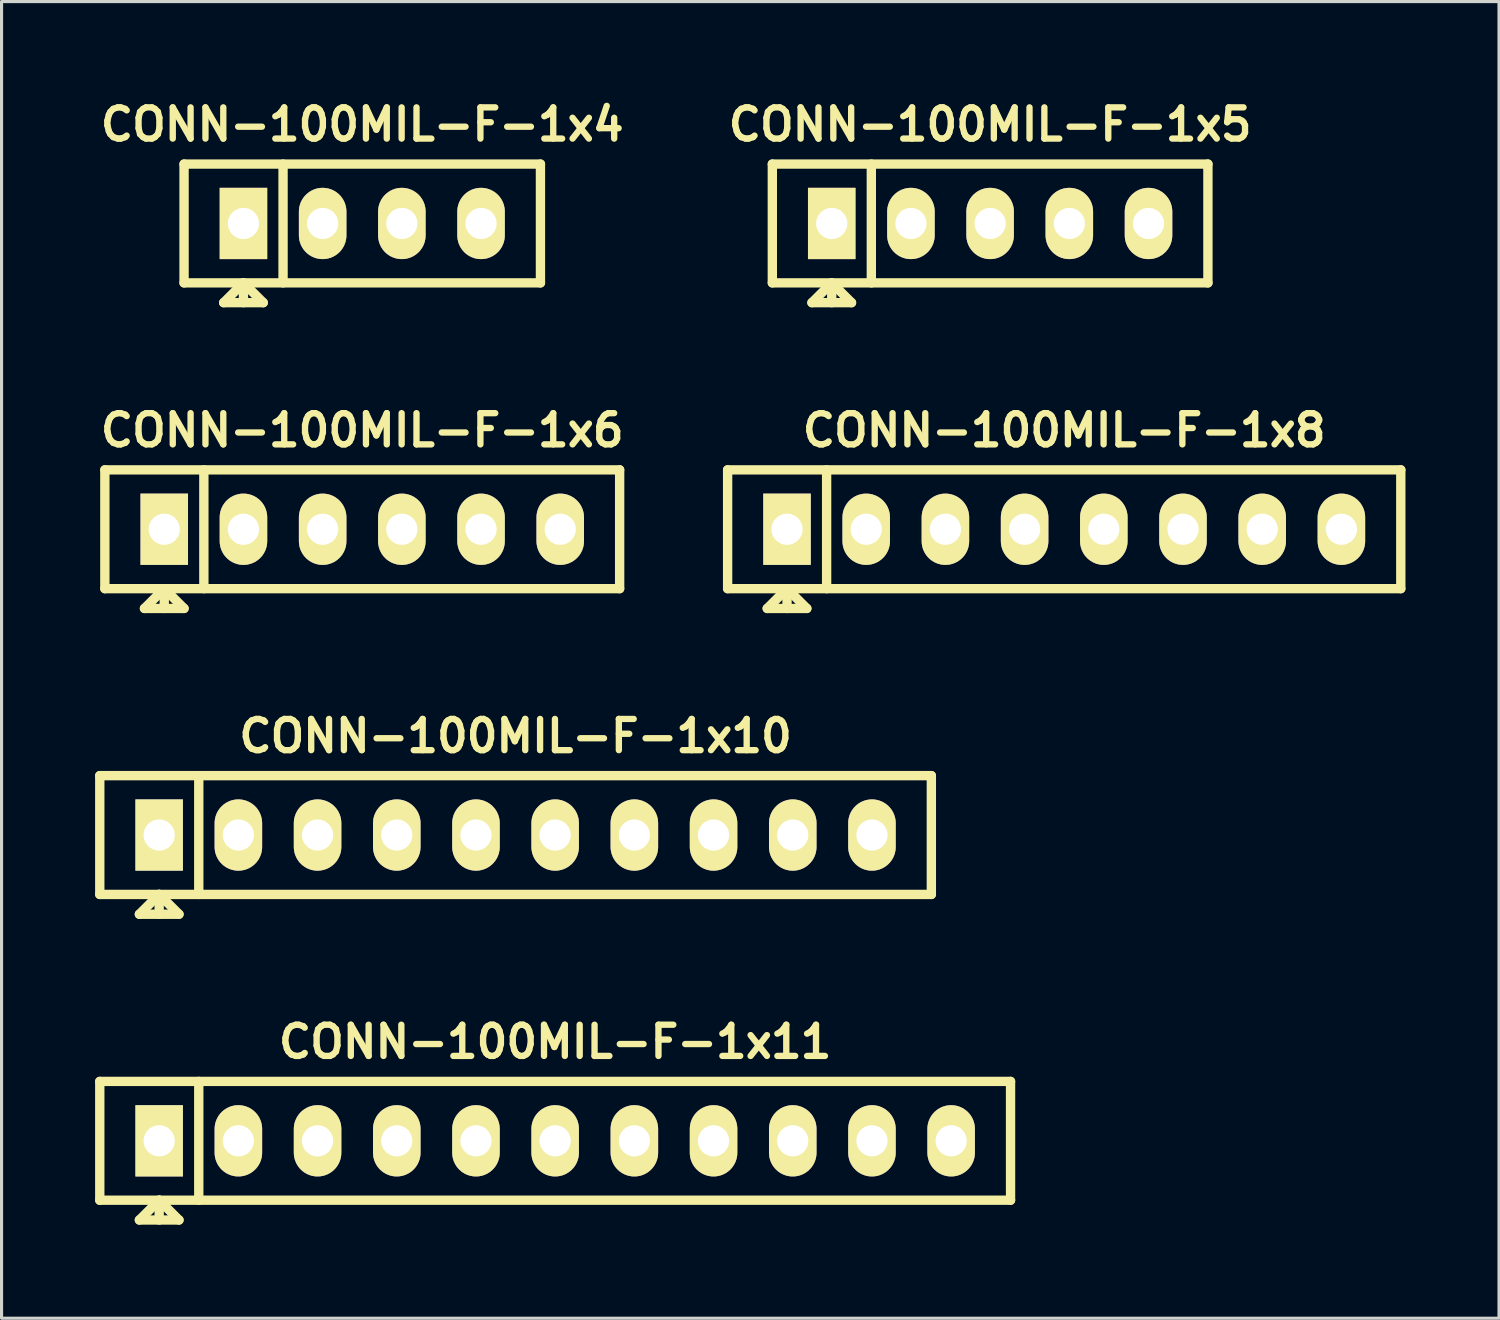
<source format=kicad_pcb>
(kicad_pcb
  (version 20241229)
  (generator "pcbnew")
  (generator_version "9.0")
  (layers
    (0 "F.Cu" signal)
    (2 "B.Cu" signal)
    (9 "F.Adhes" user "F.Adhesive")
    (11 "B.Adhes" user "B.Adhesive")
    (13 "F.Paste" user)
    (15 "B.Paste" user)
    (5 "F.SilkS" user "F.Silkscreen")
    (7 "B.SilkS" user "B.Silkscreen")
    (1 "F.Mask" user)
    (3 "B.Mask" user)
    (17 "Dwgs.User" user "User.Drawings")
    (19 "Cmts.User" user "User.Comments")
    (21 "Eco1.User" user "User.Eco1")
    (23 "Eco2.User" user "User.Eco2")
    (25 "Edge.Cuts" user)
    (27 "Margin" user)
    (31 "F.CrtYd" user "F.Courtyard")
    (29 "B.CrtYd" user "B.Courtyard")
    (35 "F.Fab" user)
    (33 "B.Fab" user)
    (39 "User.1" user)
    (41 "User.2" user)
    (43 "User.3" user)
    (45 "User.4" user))
  (footprint "CONN-100MIL-F-1x5"
    (layer "F.Cu")
    (at 28.705 4.117)
    (property "Reference" "CONN-100MIL-F-1x5" (at 0 -3.175 0) (layer "F.SilkS") (effects (font (size 1.001 1.001) (thickness 0.203))))
    (attr through_hole)
    (fp_line (start -6.985 -1.905) (end 6.985 -1.905) (stroke (width 0.3) (type solid)) (layer "F.SilkS"))
    (fp_line (start -6.985 1.905) (end -6.985 -1.905) (stroke (width 0.3) (type solid)) (layer "F.SilkS"))
    (fp_line (start -5.715 2.54) (end -4.445 2.54) (stroke (width 0.3) (type solid)) (layer "F.SilkS"))
    (fp_line (start -5.08 1.905) (end -5.715 2.54) (stroke (width 0.3) (type solid)) (layer "F.SilkS"))
    (fp_line (start -5.08 1.905) (end -5.08 2.54) (stroke (width 0.3) (type solid)) (layer "F.SilkS"))
    (fp_line (start -4.445 2.54) (end -5.08 1.905) (stroke (width 0.3) (type solid)) (layer "F.SilkS"))
    (fp_line (start -3.81 -1.905) (end -3.81 1.905) (stroke (width 0.3) (type solid)) (layer "F.SilkS"))
    (fp_line (start 6.985 -1.905) (end 6.985 1.905) (stroke (width 0.3) (type solid)) (layer "F.SilkS"))
    (fp_line (start 6.985 1.905) (end -6.985 1.905) (stroke (width 0.3) (type solid)) (layer "F.SilkS"))
    (pad "1" thru_hole rect (at -5.08 0) (size 1.524 2.286) (drill 1) (layers "*.Cu" "*.Mask" "F.SilkS"))
    (pad "2" thru_hole oval (at -2.54 0) (size 1.524 2.286) (drill 1) (layers "*.Cu" "*.Mask" "F.SilkS"))
    (pad "3" thru_hole oval (at 0 0) (size 1.524 2.286) (drill 1) (layers "*.Cu" "*.Mask" "F.SilkS"))
    (pad "4" thru_hole oval (at 2.54 0) (size 1.524 2.286) (drill 1) (layers "*.Cu" "*.Mask" "F.SilkS"))
    (pad "5" thru_hole oval (at 5.08 0) (size 1.524 2.286) (drill 1) (layers "*.Cu" "*.Mask" "F.SilkS")))
  (footprint "CONN-100MIL-F-1x11"
    (layer "F.Cu")
    (at 14.755 33.538)
    (property "Reference" "CONN-100MIL-F-1x11" (at 0 -3.175 0) (layer "F.SilkS") (effects (font (size 1.001 1.001) (thickness 0.203))))
    (attr through_hole)
    (fp_line (start -14.605 -1.905) (end 14.605 -1.905) (stroke (width 0.3) (type solid)) (layer "F.SilkS"))
    (fp_line (start -14.605 1.905) (end -14.605 -1.905) (stroke (width 0.3) (type solid)) (layer "F.SilkS"))
    (fp_line (start -13.335 2.54) (end -12.065 2.54) (stroke (width 0.3) (type solid)) (layer "F.SilkS"))
    (fp_line (start -12.7 1.905) (end -13.335 2.54) (stroke (width 0.3) (type solid)) (layer "F.SilkS"))
    (fp_line (start -12.7 1.905) (end -12.7 2.54) (stroke (width 0.3) (type solid)) (layer "F.SilkS"))
    (fp_line (start -12.065 2.54) (end -12.7 1.905) (stroke (width 0.3) (type solid)) (layer "F.SilkS"))
    (fp_line (start -11.43 -1.905) (end -11.43 1.905) (stroke (width 0.3) (type solid)) (layer "F.SilkS"))
    (fp_line (start 14.605 -1.905) (end 14.605 1.905) (stroke (width 0.3) (type solid)) (layer "F.SilkS"))
    (fp_line (start 14.605 1.905) (end -14.605 1.905) (stroke (width 0.3) (type solid)) (layer "F.SilkS"))
    (pad "1" thru_hole rect (at -12.7 0) (size 1.524 2.286) (drill 1) (layers "*.Cu" "*.Mask" "F.SilkS"))
    (pad "2" thru_hole oval (at -10.16 0) (size 1.524 2.286) (drill 1) (layers "*.Cu" "*.Mask" "F.SilkS"))
    (pad "3" thru_hole oval (at -7.62 0) (size 1.524 2.286) (drill 1) (layers "*.Cu" "*.Mask" "F.SilkS"))
    (pad "4" thru_hole oval (at -5.08 0) (size 1.524 2.286) (drill 1) (layers "*.Cu" "*.Mask" "F.SilkS"))
    (pad "5" thru_hole oval (at -2.54 0) (size 1.524 2.286) (drill 1) (layers "*.Cu" "*.Mask" "F.SilkS"))
    (pad "6" thru_hole oval (at 0 0) (size 1.524 2.286) (drill 1) (layers "*.Cu" "*.Mask" "F.SilkS"))
    (pad "7" thru_hole oval (at 2.54 0) (size 1.524 2.286) (drill 1) (layers "*.Cu" "*.Mask" "F.SilkS"))
    (pad "8" thru_hole oval (at 5.08 0) (size 1.524 2.286) (drill 1) (layers "*.Cu" "*.Mask" "F.SilkS"))
    (pad "9" thru_hole oval (at 7.62 0) (size 1.524 2.286) (drill 1) (layers "*.Cu" "*.Mask" "F.SilkS"))
    (pad "10" thru_hole oval (at 10.16 0) (size 1.524 2.286) (drill 1) (layers "*.Cu" "*.Mask" "F.SilkS"))
    (pad "11" thru_hole oval (at 12.7 0) (size 1.524 2.286) (drill 1) (layers "*.Cu" "*.Mask" "F.SilkS")))
  (footprint "CONN-100MIL-F-1x4"
    (layer "F.Cu")
    (at 8.568 4.117)
    (property "Reference" "CONN-100MIL-F-1x4" (at 0 -3.175 0) (layer "F.SilkS") (effects (font (size 1.001 1.001) (thickness 0.203))))
    (attr through_hole)
    (fp_line (start -5.715 -1.905) (end 5.715 -1.905) (stroke (width 0.3) (type solid)) (layer "F.SilkS"))
    (fp_line (start -5.715 1.905) (end -5.715 -1.905) (stroke (width 0.3) (type solid)) (layer "F.SilkS"))
    (fp_line (start -4.445 2.54) (end -3.175 2.54) (stroke (width 0.3) (type solid)) (layer "F.SilkS"))
    (fp_line (start -3.81 1.905) (end -4.445 2.54) (stroke (width 0.3) (type solid)) (layer "F.SilkS"))
    (fp_line (start -3.81 1.905) (end -3.81 2.54) (stroke (width 0.3) (type solid)) (layer "F.SilkS"))
    (fp_line (start -3.175 2.54) (end -3.81 1.905) (stroke (width 0.3) (type solid)) (layer "F.SilkS"))
    (fp_line (start -2.54 -1.905) (end -2.54 1.905) (stroke (width 0.3) (type solid)) (layer "F.SilkS"))
    (fp_line (start 5.715 -1.905) (end 5.715 1.905) (stroke (width 0.3) (type solid)) (layer "F.SilkS"))
    (fp_line (start 5.715 1.905) (end -5.715 1.905) (stroke (width 0.3) (type solid)) (layer "F.SilkS"))
    (pad "1" thru_hole rect (at -3.81 0) (size 1.524 2.286) (drill 1) (layers "*.Cu" "*.Mask" "F.SilkS"))
    (pad "2" thru_hole oval (at -1.27 0) (size 1.524 2.286) (drill 1) (layers "*.Cu" "*.Mask" "F.SilkS"))
    (pad "3" thru_hole oval (at 1.27 0) (size 1.524 2.286) (drill 1) (layers "*.Cu" "*.Mask" "F.SilkS"))
    (pad "4" thru_hole oval (at 3.81 0) (size 1.524 2.286) (drill 1) (layers "*.Cu" "*.Mask" "F.SilkS")))
  (footprint "CONN-100MIL-F-1x8"
    (layer "F.Cu")
    (at 31.081 13.924)
    (property "Reference" "CONN-100MIL-F-1x8" (at 0 -3.175 0) (layer "F.SilkS") (effects (font (size 1.001 1.001) (thickness 0.203))))
    (attr through_hole)
    (fp_line (start -10.795 -1.905) (end 10.795 -1.905) (stroke (width 0.3) (type solid)) (layer "F.SilkS"))
    (fp_line (start -10.795 1.905) (end -10.795 -1.905) (stroke (width 0.3) (type solid)) (layer "F.SilkS"))
    (fp_line (start -9.525 2.54) (end -8.255 2.54) (stroke (width 0.3) (type solid)) (layer "F.SilkS"))
    (fp_line (start -8.89 1.905) (end -9.525 2.54) (stroke (width 0.3) (type solid)) (layer "F.SilkS"))
    (fp_line (start -8.89 1.905) (end -8.89 2.54) (stroke (width 0.3) (type solid)) (layer "F.SilkS"))
    (fp_line (start -8.255 2.54) (end -8.89 1.905) (stroke (width 0.3) (type solid)) (layer "F.SilkS"))
    (fp_line (start -7.62 -1.905) (end -7.62 1.905) (stroke (width 0.3) (type solid)) (layer "F.SilkS"))
    (fp_line (start 10.795 -1.905) (end 10.795 1.905) (stroke (width 0.3) (type solid)) (layer "F.SilkS"))
    (fp_line (start 10.795 1.905) (end -10.795 1.905) (stroke (width 0.3) (type solid)) (layer "F.SilkS"))
    (pad "1" thru_hole rect (at -8.89 0) (size 1.524 2.286) (drill 1) (layers "*.Cu" "*.Mask" "F.SilkS"))
    (pad "2" thru_hole oval (at -6.35 0) (size 1.524 2.286) (drill 1) (layers "*.Cu" "*.Mask" "F.SilkS"))
    (pad "3" thru_hole oval (at -3.81 0) (size 1.524 2.286) (drill 1) (layers "*.Cu" "*.Mask" "F.SilkS"))
    (pad "4" thru_hole oval (at -1.27 0) (size 1.524 2.286) (drill 1) (layers "*.Cu" "*.Mask" "F.SilkS"))
    (pad "5" thru_hole oval (at 1.27 0) (size 1.524 2.286) (drill 1) (layers "*.Cu" "*.Mask" "F.SilkS"))
    (pad "6" thru_hole oval (at 3.81 0) (size 1.524 2.286) (drill 1) (layers "*.Cu" "*.Mask" "F.SilkS"))
    (pad "7" thru_hole oval (at 6.35 0) (size 1.524 2.286) (drill 1) (layers "*.Cu" "*.Mask" "F.SilkS"))
    (pad "8" thru_hole oval (at 8.89 0) (size 1.524 2.286) (drill 1) (layers "*.Cu" "*.Mask" "F.SilkS")))
  (footprint "CONN-100MIL-F-1x6"
    (layer "F.Cu")
    (at 8.568 13.924)
    (property "Reference" "CONN-100MIL-F-1x6" (at 0 -3.175 0) (layer "F.SilkS") (effects (font (size 1.001 1.001) (thickness 0.203))))
    (attr through_hole)
    (fp_line (start -8.255 -1.905) (end 8.255 -1.905) (stroke (width 0.3) (type solid)) (layer "F.SilkS"))
    (fp_line (start -8.255 1.905) (end -8.255 -1.905) (stroke (width 0.3) (type solid)) (layer "F.SilkS"))
    (fp_line (start -6.985 2.54) (end -5.715 2.54) (stroke (width 0.3) (type solid)) (layer "F.SilkS"))
    (fp_line (start -6.35 1.905) (end -6.985 2.54) (stroke (width 0.3) (type solid)) (layer "F.SilkS"))
    (fp_line (start -6.35 1.905) (end -6.35 2.54) (stroke (width 0.3) (type solid)) (layer "F.SilkS"))
    (fp_line (start -5.715 2.54) (end -6.35 1.905) (stroke (width 0.3) (type solid)) (layer "F.SilkS"))
    (fp_line (start -5.08 -1.905) (end -5.08 1.905) (stroke (width 0.3) (type solid)) (layer "F.SilkS"))
    (fp_line (start 8.255 -1.905) (end 8.255 1.905) (stroke (width 0.3) (type solid)) (layer "F.SilkS"))
    (fp_line (start 8.255 1.905) (end -8.255 1.905) (stroke (width 0.3) (type solid)) (layer "F.SilkS"))
    (pad "1" thru_hole rect (at -6.35 0) (size 1.524 2.286) (drill 1) (layers "*.Cu" "*.Mask" "F.SilkS"))
    (pad "2" thru_hole oval (at -3.81 0) (size 1.524 2.286) (drill 1) (layers "*.Cu" "*.Mask" "F.SilkS"))
    (pad "3" thru_hole oval (at -1.27 0) (size 1.524 2.286) (drill 1) (layers "*.Cu" "*.Mask" "F.SilkS"))
    (pad "4" thru_hole oval (at 1.27 0) (size 1.524 2.286) (drill 1) (layers "*.Cu" "*.Mask" "F.SilkS"))
    (pad "5" thru_hole oval (at 3.81 0) (size 1.524 2.286) (drill 1) (layers "*.Cu" "*.Mask" "F.SilkS"))
    (pad "6" thru_hole oval (at 6.35 0) (size 1.524 2.286) (drill 1) (layers "*.Cu" "*.Mask" "F.SilkS")))
  (footprint "CONN-100MIL-F-1x10"
    (layer "F.Cu")
    (at 13.485 23.731)
    (property "Reference" "CONN-100MIL-F-1x10" (at 0 -3.175 0) (layer "F.SilkS") (effects (font (size 1.001 1.001) (thickness 0.203))))
    (attr through_hole)
    (fp_line (start -13.335 -1.905) (end 13.335 -1.905) (stroke (width 0.3) (type solid)) (layer "F.SilkS"))
    (fp_line (start -13.335 1.905) (end -13.335 -1.905) (stroke (width 0.3) (type solid)) (layer "F.SilkS"))
    (fp_line (start -12.065 2.54) (end -10.795 2.54) (stroke (width 0.3) (type solid)) (layer "F.SilkS"))
    (fp_line (start -11.43 1.905) (end -12.065 2.54) (stroke (width 0.3) (type solid)) (layer "F.SilkS"))
    (fp_line (start -11.43 1.905) (end -11.43 2.54) (stroke (width 0.3) (type solid)) (layer "F.SilkS"))
    (fp_line (start -10.795 2.54) (end -11.43 1.905) (stroke (width 0.3) (type solid)) (layer "F.SilkS"))
    (fp_line (start -10.16 -1.905) (end -10.16 1.905) (stroke (width 0.3) (type solid)) (layer "F.SilkS"))
    (fp_line (start 13.335 -1.905) (end 13.335 1.905) (stroke (width 0.3) (type solid)) (layer "F.SilkS"))
    (fp_line (start 13.335 1.905) (end -13.335 1.905) (stroke (width 0.3) (type solid)) (layer "F.SilkS"))
    (pad "1" thru_hole rect (at -11.43 0) (size 1.524 2.286) (drill 1) (layers "*.Cu" "*.Mask" "F.SilkS"))
    (pad "2" thru_hole oval (at -8.89 0) (size 1.524 2.286) (drill 1) (layers "*.Cu" "*.Mask" "F.SilkS"))
    (pad "3" thru_hole oval (at -6.35 0) (size 1.524 2.286) (drill 1) (layers "*.Cu" "*.Mask" "F.SilkS"))
    (pad "4" thru_hole oval (at -3.81 0) (size 1.524 2.286) (drill 1) (layers "*.Cu" "*.Mask" "F.SilkS"))
    (pad "5" thru_hole oval (at -1.27 0) (size 1.524 2.286) (drill 1) (layers "*.Cu" "*.Mask" "F.SilkS"))
    (pad "6" thru_hole oval (at 1.27 0) (size 1.524 2.286) (drill 1) (layers "*.Cu" "*.Mask" "F.SilkS"))
    (pad "7" thru_hole oval (at 3.81 0) (size 1.524 2.286) (drill 1) (layers "*.Cu" "*.Mask" "F.SilkS"))
    (pad "8" thru_hole oval (at 6.35 0) (size 1.524 2.286) (drill 1) (layers "*.Cu" "*.Mask" "F.SilkS"))
    (pad "9" thru_hole oval (at 8.89 0) (size 1.524 2.286) (drill 1) (layers "*.Cu" "*.Mask" "F.SilkS"))
    (pad "10" thru_hole oval (at 11.43 0) (size 1.524 2.286) (drill 1) (layers "*.Cu" "*.Mask" "F.SilkS")))
  (gr_rect
    (start -3 -3)
    (end 45.026 39.228)
    (stroke (width 0.1) (type default))
    (fill no)
    (layer "Edge.Cuts")))
</source>
